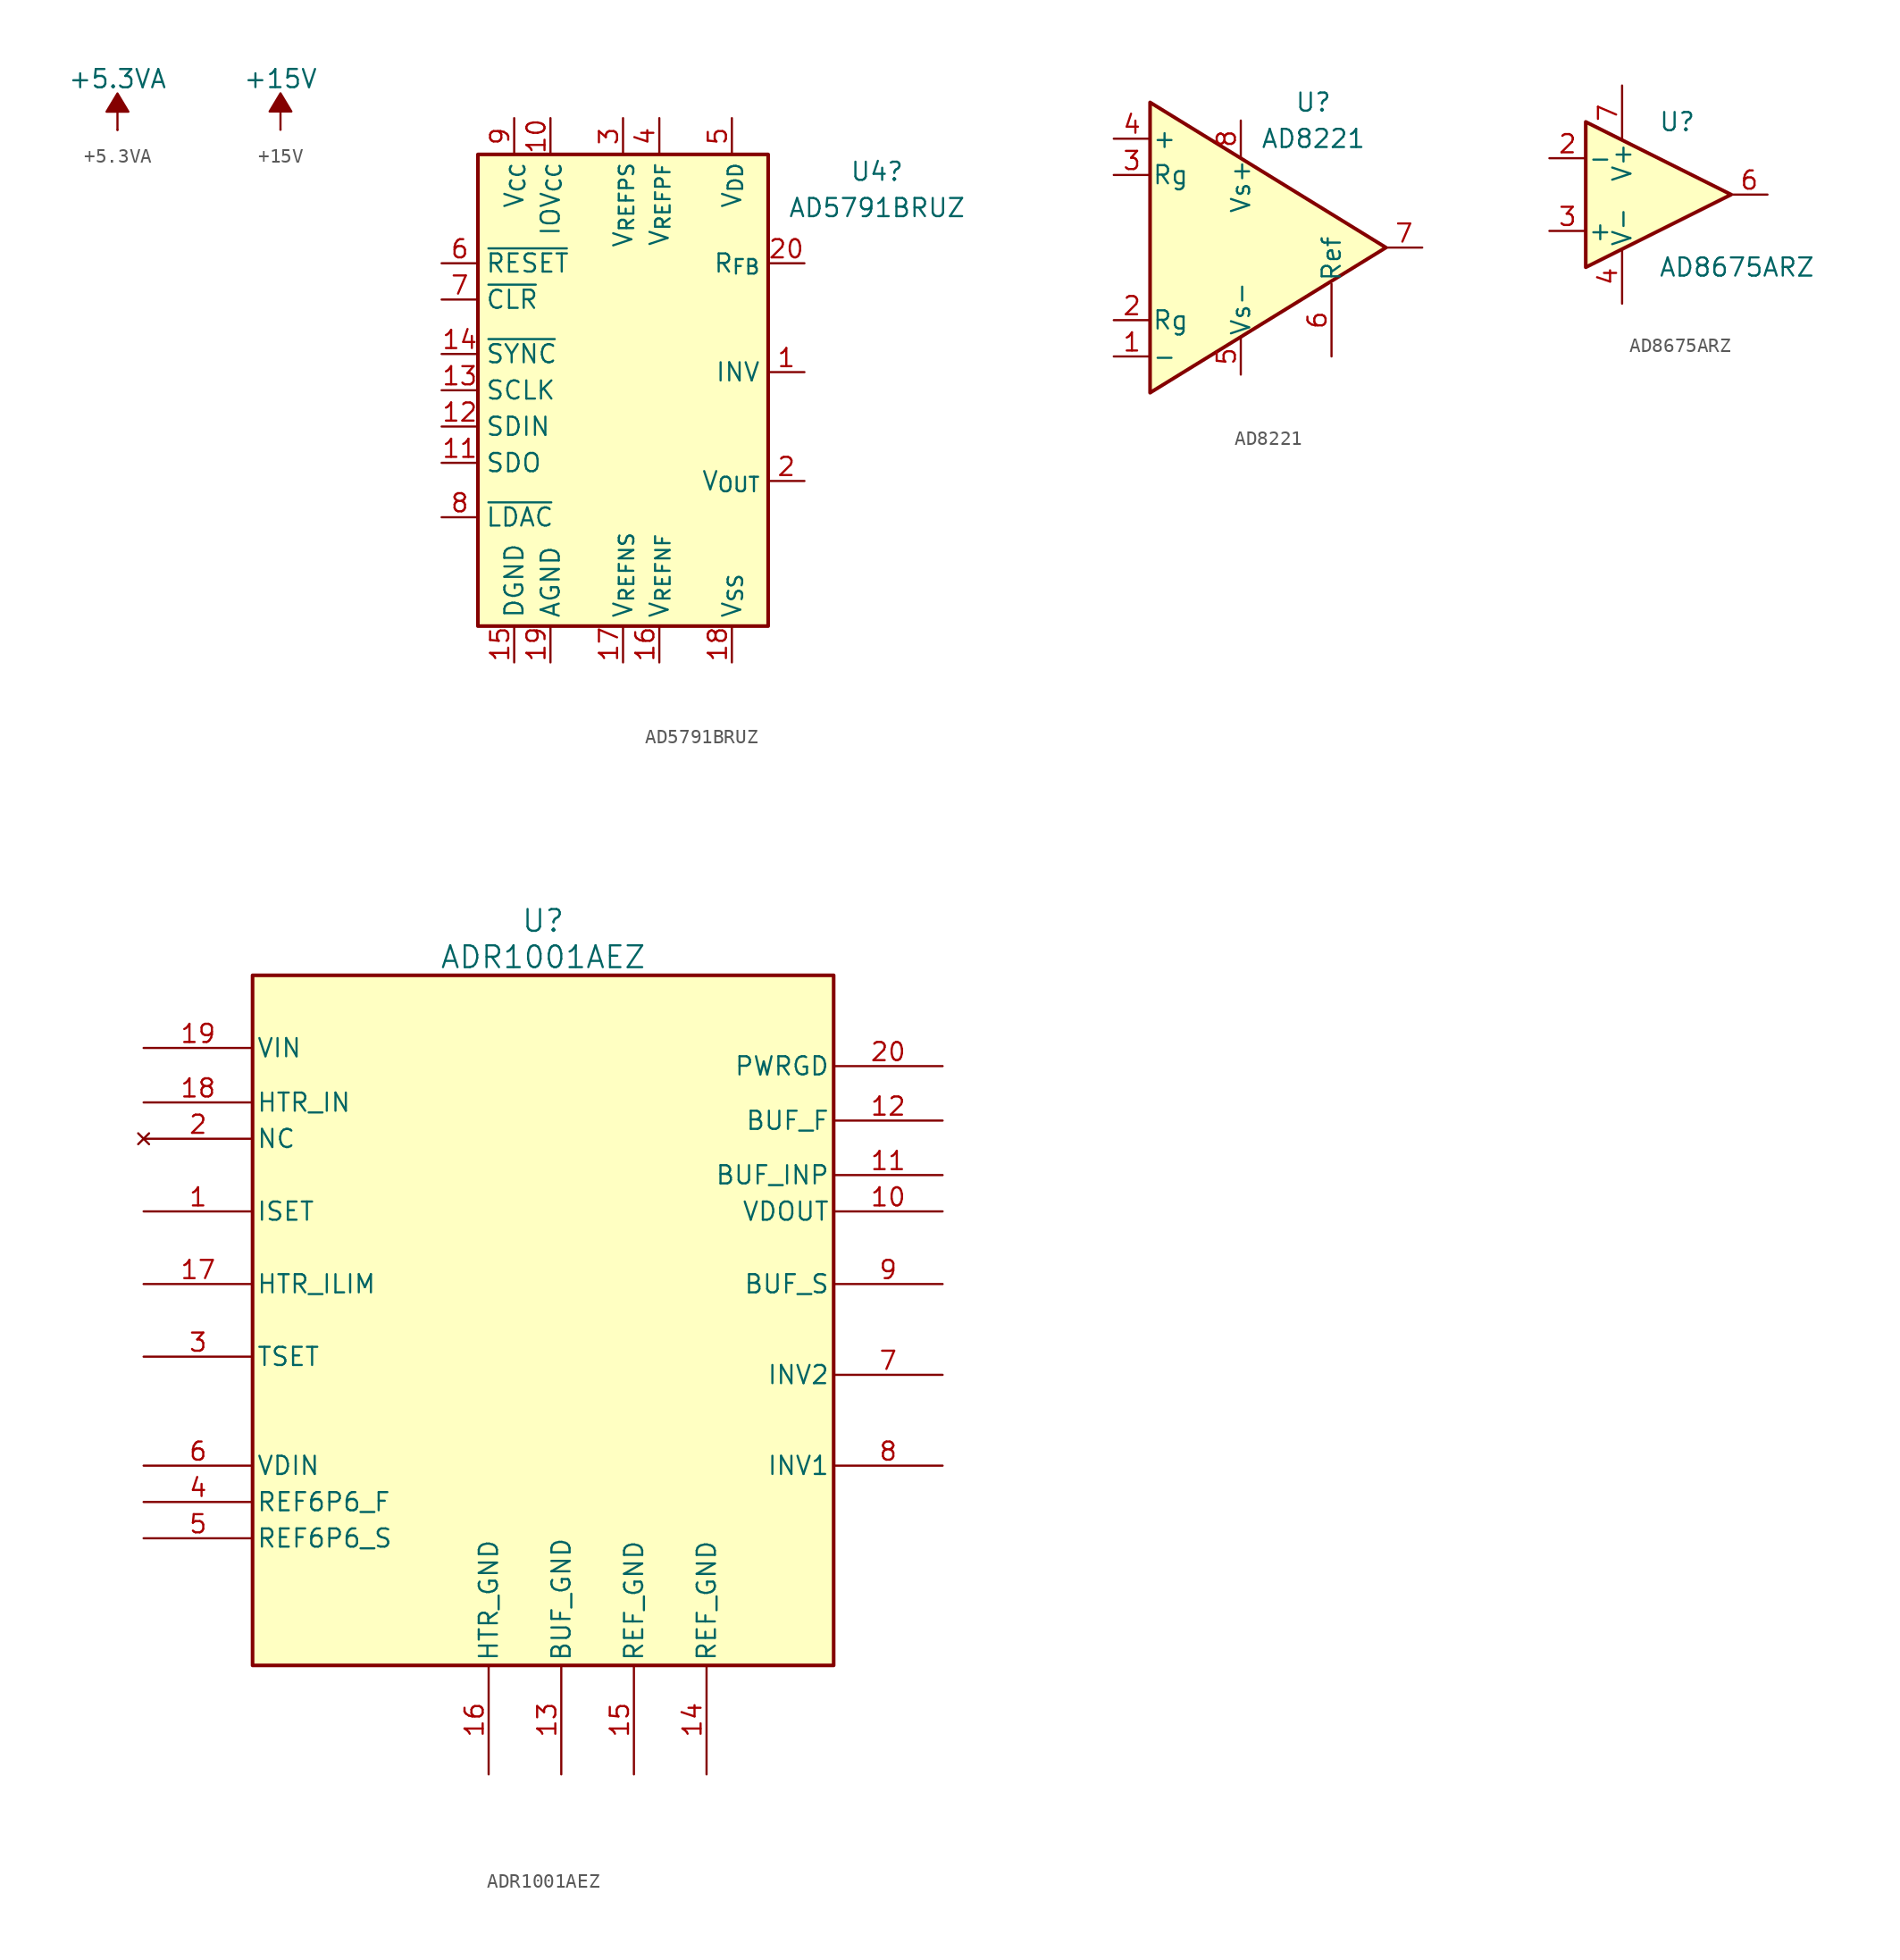
<source format=kicad_sym>
(kicad_symbol_lib
  (version 20241209)
  (generator "kicad_symbol_editor")
  (generator_version "9.0")
  (symbol "+5.3VA"
    (power)
    (pin_numbers
      (hide yes))
    (pin_names
      (offset 0)
      (hide yes))
    (property "Reference" "#PWR"
      (at 0 -3.81 0)
      (effects (font (size 1.27 1.27)) (hide yes)))
    (property "Value" "+5.3VA"
      (at 0 3.556 0)
      (effects (font (size 1.27 1.27))))
    (symbol "+5.3VA_1_1"
      (polyline (pts (xy 0 0) (xy 0 1.27) (xy 0.762 1.27) (xy 0 2.54) (xy -0.762 1.27) (xy 0 1.27)) (stroke (width 0) (type solid)) (fill (type outline)))
      (pin power_in line (at 0 0 90) (length 0) (name "~" (effects (font (size 1.27 1.27)))) (number "1" (effects (font (size 1.27 1.27)))))))
  (symbol "+15V"
    (power)
    (pin_numbers
      (hide yes))
    (pin_names
      (offset 0)
      (hide yes))
    (property "Reference" "#PWR"
      (at 0 -3.81 0)
      (effects (font (size 1.27 1.27)) (hide yes)))
    (property "Value" "+15V"
      (at 0 3.556 0)
      (effects (font (size 1.27 1.27))))
    (symbol "+15V_0_0"
      (pin power_in line (at 0 0 90) (length 0) (name "~" (effects (font (size 1.27 1.27)))) (number "1" (effects (font (size 1.27 1.27))))))
    (symbol "+15V_0_1"
      (polyline (pts (xy 0 0) (xy 0 1.27) (xy 0.762 1.27) (xy 0 2.54) (xy -0.762 1.27) (xy 0 1.27)) (stroke (width 0) (type default)) (fill (type outline)))))
  (symbol "AD5791BRUZ"
    (property "Reference" "U4"
      (at 17.78 14.04 0)
      (effects (font (size 1.27 1.27))))
    (property "Value" "AD5791BRUZ"
      (at 17.78 11.5 0)
      (effects (font (size 1.27 1.27))))
    (symbol "AD5791BRUZ_1_1"
      (rectangle (start -10.16 15.24) (end 10.16 -17.78) (stroke (width 0.254) (type default)) (fill (type background)))
      (pin input line (at -12.7 7.62 0) (length 2.54) (name "~{RESET}" (effects (font (size 1.27 1.27)))) (number "6" (effects (font (size 1.27 1.27)))))
      (pin input line (at -12.7 5.08 0) (length 2.54) (name "~{CLR}" (effects (font (size 1.27 1.27)))) (number "7" (effects (font (size 1.27 1.27)))))
      (pin input line (at -12.7 1.27 0) (length 2.54) (name "~{SYNC}" (effects (font (size 1.27 1.27)))) (number "14" (effects (font (size 1.27 1.27)))))
      (pin input line (at -12.7 -1.27 0) (length 2.54) (name "SCLK" (effects (font (size 1.27 1.27)))) (number "13" (effects (font (size 1.27 1.27)))))
      (pin input line (at -12.7 -3.81 0) (length 2.54) (name "SDIN" (effects (font (size 1.27 1.27)))) (number "12" (effects (font (size 1.27 1.27)))))
      (pin output line (at -12.7 -6.35 0) (length 2.54) (name "SDO" (effects (font (size 1.27 1.27)))) (number "11" (effects (font (size 1.27 1.27)))))
      (pin input line (at -12.7 -10.16 0) (length 2.54) (name "~{LDAC}" (effects (font (size 1.27 1.27)))) (number "8" (effects (font (size 1.27 1.27)))))
      (pin power_in line (at -7.62 17.78 270) (length 2.54) (name "V_{CC}" (effects (font (size 1.27 1.27)))) (number "9" (effects (font (size 1.27 1.27)))))
      (pin power_in line (at -7.62 -20.32 90) (length 2.54) (name "DGND" (effects (font (size 1.27 1.27)))) (number "15" (effects (font (size 1.27 1.27)))))
      (pin power_in line (at -5.08 17.78 270) (length 2.54) (name "IOV_{CC}" (effects (font (size 1.27 1.27)))) (number "10" (effects (font (size 1.27 1.27)))))
      (pin power_in line (at -5.08 -20.32 90) (length 2.54) (name "AGND" (effects (font (size 1.27 1.27)))) (number "19" (effects (font (size 1.27 1.27)))))
      (pin output line (at 0 17.78 270) (length 2.54) (name "V_{REFPS}" (effects (font (size 1.27 1.27)))) (number "3" (effects (font (size 1.27 1.27)))))
      (pin output line (at 0 -20.32 90) (length 2.54) (name "V_{REFNS}" (effects (font (size 1.27 1.27)))) (number "17" (effects (font (size 1.27 1.27)))))
      (pin input line (at 2.54 17.78 270) (length 2.54) (name "V_{REFPF}" (effects (font (size 1.27 1.27)))) (number "4" (effects (font (size 1.27 1.27)))))
      (pin input line (at 2.54 -20.32 90) (length 2.54) (name "V_{REFNF}" (effects (font (size 1.27 1.27)))) (number "16" (effects (font (size 1.27 1.27)))))
      (pin power_in line (at 7.62 17.78 270) (length 2.54) (name "V_{DD}" (effects (font (size 1.27 1.27)))) (number "5" (effects (font (size 1.27 1.27)))))
      (pin power_in line (at 7.62 -20.32 90) (length 2.54) (name "V_{SS}" (effects (font (size 1.27 1.27)))) (number "18" (effects (font (size 1.27 1.27)))))
      (pin passive line (at 12.7 7.62 180) (length 2.54) (name "R_{FB}" (effects (font (size 1.27 1.27)))) (number "20" (effects (font (size 1.27 1.27)))))
      (pin output line (at 12.7 0 180) (length 2.54) (name "INV" (effects (font (size 1.27 1.27)))) (number "1" (effects (font (size 1.27 1.27)))))
      (pin output line (at 12.7 -7.62 180) (length 2.54) (name "V_{OUT}" (effects (font (size 1.27 1.27)))) (number "2" (effects (font (size 1.27 1.27)))))))
  (symbol "AD8221"
    (pin_names
      (offset 0.127))
    (property "Reference" "U"
      (at 3.81 7.62 0)
      (effects (font (size 1.27 1.27))))
    (property "Value" "AD8221"
      (at 3.81 5.08 0)
      (effects (font (size 1.27 1.27))))
    (symbol "AD8221_0_1"
      (polyline (pts (xy -7.62 7.62) (xy -7.62 -12.7) (xy 8.89 -2.54) (xy -7.62 7.62)) (stroke (width 0.254) (type default)) (fill (type background))))
    (symbol "AD8221_1_1"
      (pin input line (at -10.16 5.08 0) (length 2.54) (name "+" (effects (font (size 1.27 1.27)))) (number "4" (effects (font (size 1.27 1.27)))))
      (pin passive line (at -10.16 2.54 0) (length 2.54) (name "Rg" (effects (font (size 1.27 1.27)))) (number "3" (effects (font (size 1.27 1.27)))))
      (pin passive line (at -10.16 -7.62 0) (length 2.54) (name "Rg" (effects (font (size 1.27 1.27)))) (number "2" (effects (font (size 1.27 1.27)))))
      (pin input line (at -10.16 -10.16 0) (length 2.54) (name "-" (effects (font (size 1.27 1.27)))) (number "1" (effects (font (size 1.27 1.27)))))
      (pin power_in line (at -1.27 6.35 270) (length 2.54) (name "Vs+" (effects (font (size 1.27 1.27)))) (number "8" (effects (font (size 1.27 1.27)))))
      (pin power_in line (at -1.27 -11.43 90) (length 2.54) (name "Vs-" (effects (font (size 1.27 1.27)))) (number "5" (effects (font (size 1.27 1.27)))))
      (pin passive line (at 5.08 -10.16 90) (length 5.08) (name "Ref" (effects (font (size 1.27 1.27)))) (number "6" (effects (font (size 1.27 1.27)))))
      (pin output line (at 11.43 -2.54 180) (length 2.54) (name "~" (effects (font (size 1.27 1.27)))) (number "7" (effects (font (size 1.27 1.27)))))))
  (symbol "AD8675ARZ"
    (pin_names
      (offset 0.127))
    (property "Reference" "U"
      (at 0 5.08 0)
      (effects (font (size 1.27 1.27)) (justify left)))
    (property "Value" "AD8675ARZ"
      (at 0 -5.08 0)
      (effects (font (size 1.27 1.27)) (justify left)))
    (symbol "AD8675ARZ_0_1"
      (polyline (pts (xy -5.08 5.08) (xy 5.08 0) (xy -5.08 -5.08) (xy -5.08 5.08)) (stroke (width 0.254) (type default)) (fill (type background))))
    (symbol "AD8675ARZ_1_1"
      (pin input line (at -7.62 2.54 0) (length 2.54) (name "-" (effects (font (size 1.27 1.27)))) (number "2" (effects (font (size 1.27 1.27)))))
      (pin input line (at -7.62 -2.54 0) (length 2.54) (name "+" (effects (font (size 1.27 1.27)))) (number "3" (effects (font (size 1.27 1.27)))))
      (pin power_in line (at -2.54 7.62 270) (length 3.81) (name "V+" (effects (font (size 1.27 1.27)))) (number "7" (effects (font (size 1.27 1.27)))))
      (pin power_in line (at -2.54 -7.62 90) (length 3.81) (name "V-" (effects (font (size 1.27 1.27)))) (number "4" (effects (font (size 1.27 1.27)))))
      (pin output line (at 7.62 0 180) (length 2.54) (name "~" (effects (font (size 1.27 1.27)))) (number "6" (effects (font (size 1.27 1.27)))))))
  (symbol "ADR1001AEZ"
    (pin_names
      (offset 0.254))
    (property "Reference" "U"
      (at 27.94 10.16 0)
      (effects (font (size 1.524 1.524))))
    (property "Value" "ADR1001AEZ"
      (at 27.94 7.62 0)
      (effects (font (size 1.524 1.524))))
    (property "ki_locked" ""
      (at 0 0 0)
      (effects (font (size 1.27 1.27))))
    (symbol "ADR1001AEZ_0_1"
      (pin no_connect line (at 0 -5.08 0) (length 7.62) (name "NC" (effects (font (size 1.27 1.27)))) (number "2" (effects (font (size 1.27 1.27)))))
      (pin unspecified line (at 0 -10.16 0) (length 7.62) (name "ISET" (effects (font (size 1.27 1.27)))) (number "1" (effects (font (size 1.27 1.27)))))
      (pin unspecified line (at 0 -20.32 0) (length 7.62) (name "TSET" (effects (font (size 1.27 1.27)))) (number "3" (effects (font (size 1.27 1.27)))))
      (pin input line (at 0 -27.94 0) (length 7.62) (name "VDIN" (effects (font (size 1.27 1.27)))) (number "6" (effects (font (size 1.27 1.27)))))
      (pin power_in line (at 0 -30.48 0) (length 7.62) (name "REF6P6_F" (effects (font (size 1.27 1.27)))) (number "4" (effects (font (size 1.27 1.27)))))
      (pin power_in line (at 0 -33.02 0) (length 7.62) (name "REF6P6_S" (effects (font (size 1.27 1.27)))) (number "5" (effects (font (size 1.27 1.27)))))
      (pin unspecified line (at 55.88 0 180) (length 7.62) (name "PWRGD" (effects (font (size 1.27 1.27)))) (number "20" (effects (font (size 1.27 1.27)))))
      (pin unspecified line (at 55.88 -3.81 180) (length 7.62) (name "BUF_F" (effects (font (size 1.27 1.27)))) (number "12" (effects (font (size 1.27 1.27)))))
      (pin input line (at 55.88 -7.62 180) (length 7.62) (name "BUF_INP" (effects (font (size 1.27 1.27)))) (number "11" (effects (font (size 1.27 1.27))))))
    (symbol "ADR1001AEZ_1_1"
      (rectangle (start 7.62 6.35) (end 48.26 -41.91) (stroke (width 0.254) (type solid)) (fill (type color) (color 255 255 194 1)))
      (pin power_in line (at 0 1.27 0) (length 7.62) (name "VIN" (effects (font (size 1.27 1.27)))) (number "19" (effects (font (size 1.27 1.27)))))
      (pin power_in line (at 0 -2.54 0) (length 7.62) (name "HTR_IN" (effects (font (size 1.27 1.27)))) (number "18" (effects (font (size 1.27 1.27)))))
      (pin unspecified line (at 0 -15.24 0) (length 7.62) (name "HTR_ILIM" (effects (font (size 1.27 1.27)))) (number "17" (effects (font (size 1.27 1.27)))))
      (pin power_out line (at 24.13 -49.53 90) (length 7.62) (name "HTR_GND" (effects (font (size 1.27 1.27)))) (number "16" (effects (font (size 1.27 1.27)))))
      (pin power_out line (at 29.21 -49.53 90) (length 7.62) (name "BUF_GND" (effects (font (size 1.27 1.27)))) (number "13" (effects (font (size 1.27 1.27)))))
      (pin power_out line (at 34.29 -49.53 90) (length 7.62) (name "REF_GND" (effects (font (size 1.27 1.27)))) (number "15" (effects (font (size 1.27 1.27)))))
      (pin power_out line (at 39.37 -49.53 90) (length 7.62) (name "REF_GND" (effects (font (size 1.27 1.27)))) (number "14" (effects (font (size 1.27 1.27)))))
      (pin power_in line (at 55.88 -10.16 180) (length 7.62) (name "VDOUT" (effects (font (size 1.27 1.27)))) (number "10" (effects (font (size 1.27 1.27)))))
      (pin input line (at 55.88 -15.24 180) (length 7.62) (name "BUF_S" (effects (font (size 1.27 1.27)))) (number "9" (effects (font (size 1.27 1.27)))))
      (pin unspecified line (at 55.88 -21.59 180) (length 7.62) (name "INV2" (effects (font (size 1.27 1.27)))) (number "7" (effects (font (size 1.27 1.27)))))
      (pin unspecified line (at 55.88 -27.94 180) (length 7.62) (name "INV1" (effects (font (size 1.27 1.27)))) (number "8" (effects (font (size 1.27 1.27))))))))
</source>
